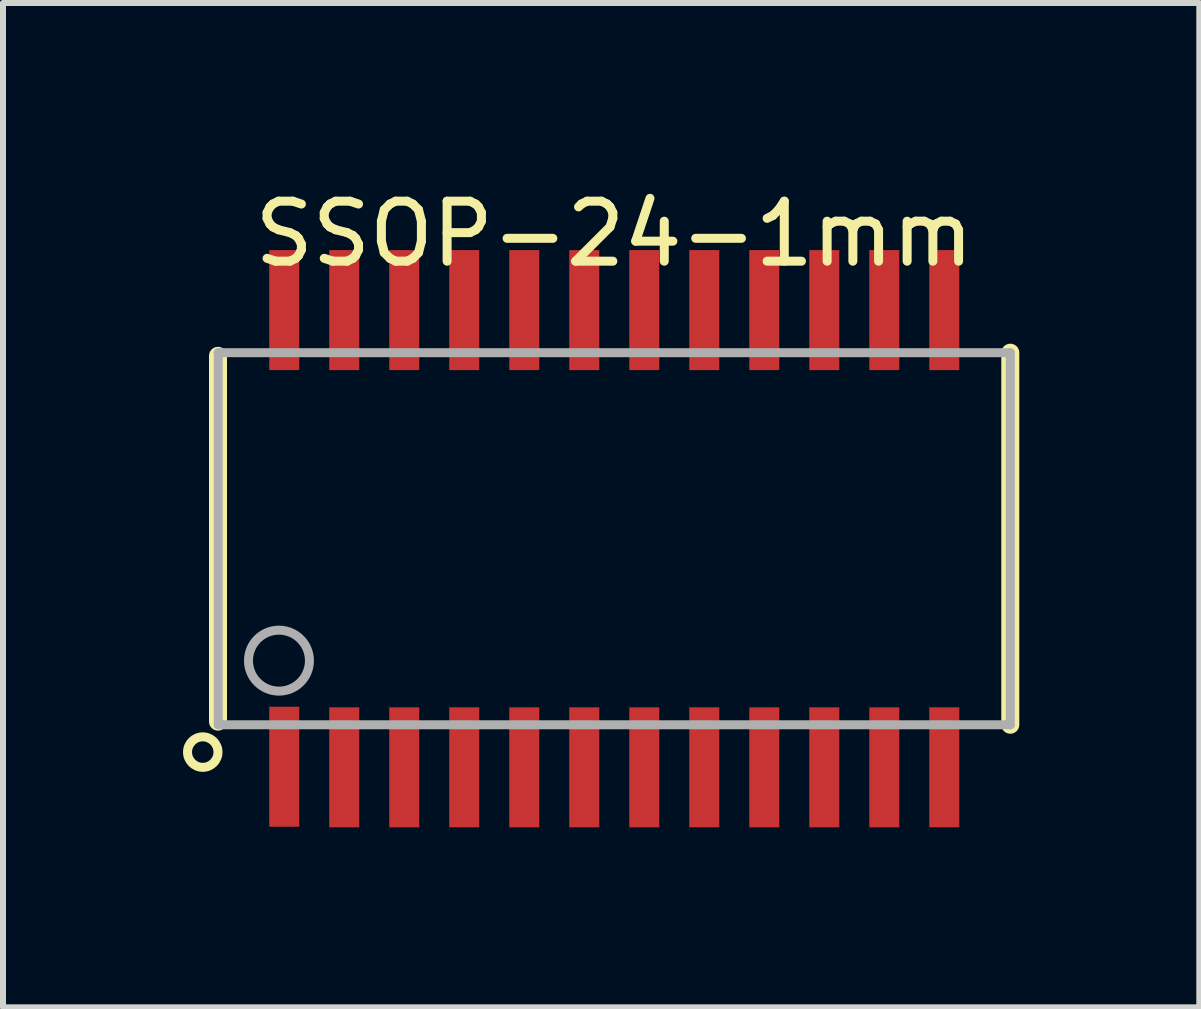
<source format=kicad_pcb>
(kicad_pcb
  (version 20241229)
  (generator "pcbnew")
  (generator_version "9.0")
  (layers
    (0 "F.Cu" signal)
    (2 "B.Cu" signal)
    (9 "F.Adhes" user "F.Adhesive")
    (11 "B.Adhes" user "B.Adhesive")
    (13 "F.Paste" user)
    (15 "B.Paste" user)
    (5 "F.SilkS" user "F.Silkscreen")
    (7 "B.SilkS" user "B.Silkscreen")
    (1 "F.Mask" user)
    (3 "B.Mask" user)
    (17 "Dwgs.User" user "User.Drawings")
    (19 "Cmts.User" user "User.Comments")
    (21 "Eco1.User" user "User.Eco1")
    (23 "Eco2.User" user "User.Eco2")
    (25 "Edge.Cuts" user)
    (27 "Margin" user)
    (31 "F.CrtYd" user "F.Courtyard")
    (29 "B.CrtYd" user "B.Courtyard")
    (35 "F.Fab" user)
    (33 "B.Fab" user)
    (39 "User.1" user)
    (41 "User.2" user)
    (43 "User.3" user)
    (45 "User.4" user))
  (footprint "SSOP-24-1mm"
    (layer "F.Cu")
    (at 7.187 5.928)
    (property "Reference" "SSOP-24-1mm" (at 0 -5.08 0) (layer "F.SilkS") (effects (font (size 1 1) (thickness 0.15))))
    (attr through_hole)
    (fp_line (start -6.604 3.048) (end -6.604 -3.048) (stroke (width 0.3) (type solid)) (layer "F.SilkS"))
    (fp_line (start 6.6 3.1) (end 6.6 -3.1) (stroke (width 0.3) (type solid)) (layer "F.SilkS"))
    (fp_circle (center -6.858 3.556) (end -6.858 3.302) (stroke (width 0.15) (type solid)) (fill no) (layer "F.SilkS"))
    (fp_line (start -6.6 -3.1) (end 6.6 -3.1) (stroke (width 0.15) (type solid)) (layer "F.Fab"))
    (fp_line (start -6.6 3.1) (end -6.6 -3.1) (stroke (width 0.15) (type solid)) (layer "F.Fab"))
    (fp_line (start -6.6 3.1) (end 6.6 3.1) (stroke (width 0.15) (type solid)) (layer "F.Fab"))
    (fp_line (start 6.6 3.1) (end 6.6 -3.1) (stroke (width 0.15) (type solid)) (layer "F.Fab"))
    (fp_circle (center -5.588 2.032) (end -5.08 2.032) (stroke (width 0.15) (type solid)) (fill no) (layer "F.Fab"))
    (pad "1" smd rect (at -5.5 3.8) (size 0.5 2) (layers "F.Cu" "F.Mask" "F.Paste"))
    (pad "2" smd rect (at -4.5 3.81) (size 0.5 2) (layers "F.Cu" "F.Mask" "F.Paste"))
    (pad "3" smd rect (at -3.5 3.81) (size 0.5 2) (layers "F.Cu" "F.Mask" "F.Paste"))
    (pad "4" smd rect (at -2.5 3.81) (size 0.5 2) (layers "F.Cu" "F.Mask" "F.Paste"))
    (pad "5" smd rect (at -1.5 3.81) (size 0.5 2) (layers "F.Cu" "F.Mask" "F.Paste"))
    (pad "6" smd rect (at -0.5 3.81) (size 0.5 2) (layers "F.Cu" "F.Mask" "F.Paste"))
    (pad "7" smd rect (at 0.5 3.81) (size 0.5 2) (layers "F.Cu" "F.Mask" "F.Paste"))
    (pad "8" smd rect (at 1.5 3.81) (size 0.5 2) (layers "F.Cu" "F.Mask" "F.Paste"))
    (pad "9" smd rect (at 2.5 3.81) (size 0.5 2) (layers "F.Cu" "F.Mask" "F.Paste"))
    (pad "10" smd rect (at 3.5 3.81) (size 0.5 2) (layers "F.Cu" "F.Mask" "F.Paste"))
    (pad "11" smd rect (at 4.5 3.81) (size 0.5 2) (layers "F.Cu" "F.Mask" "F.Paste"))
    (pad "12" smd rect (at 5.5 3.81) (size 0.5 2) (layers "F.Cu" "F.Mask" "F.Paste"))
    (pad "13" smd rect (at 5.5 -3.81) (size 0.5 2) (layers "F.Cu" "F.Mask" "F.Paste"))
    (pad "14" smd rect (at 4.5 -3.81) (size 0.5 2) (layers "F.Cu" "F.Mask" "F.Paste"))
    (pad "15" smd rect (at 3.5 -3.81) (size 0.5 2) (layers "F.Cu" "F.Mask" "F.Paste"))
    (pad "16" smd rect (at 2.5 -3.81) (size 0.5 2) (layers "F.Cu" "F.Mask" "F.Paste"))
    (pad "17" smd rect (at 1.5 -3.81) (size 0.5 2) (layers "F.Cu" "F.Mask" "F.Paste"))
    (pad "18" smd rect (at 0.5 -3.81) (size 0.5 2) (layers "F.Cu" "F.Mask" "F.Paste"))
    (pad "19" smd rect (at -0.5 -3.81) (size 0.5 2) (layers "F.Cu" "F.Mask" "F.Paste"))
    (pad "20" smd rect (at -1.5 -3.81) (size 0.5 2) (layers "F.Cu" "F.Mask" "F.Paste"))
    (pad "21" smd rect (at -2.5 -3.81) (size 0.5 2) (layers "F.Cu" "F.Mask" "F.Paste"))
    (pad "22" smd rect (at -3.5 -3.81) (size 0.5 2) (layers "F.Cu" "F.Mask" "F.Paste"))
    (pad "23" smd rect (at -4.5 -3.81) (size 0.5 2) (layers "F.Cu" "F.Mask" "F.Paste"))
    (pad "24" smd rect (at -5.5 -3.81) (size 0.5 2) (layers "F.Cu" "F.Mask" "F.Paste")))
  (gr_rect
    (start -3 -3)
    (end 16.937 13.738)
    (stroke (width 0.1) (type default))
    (fill no)
    (layer "Edge.Cuts")))
</source>
